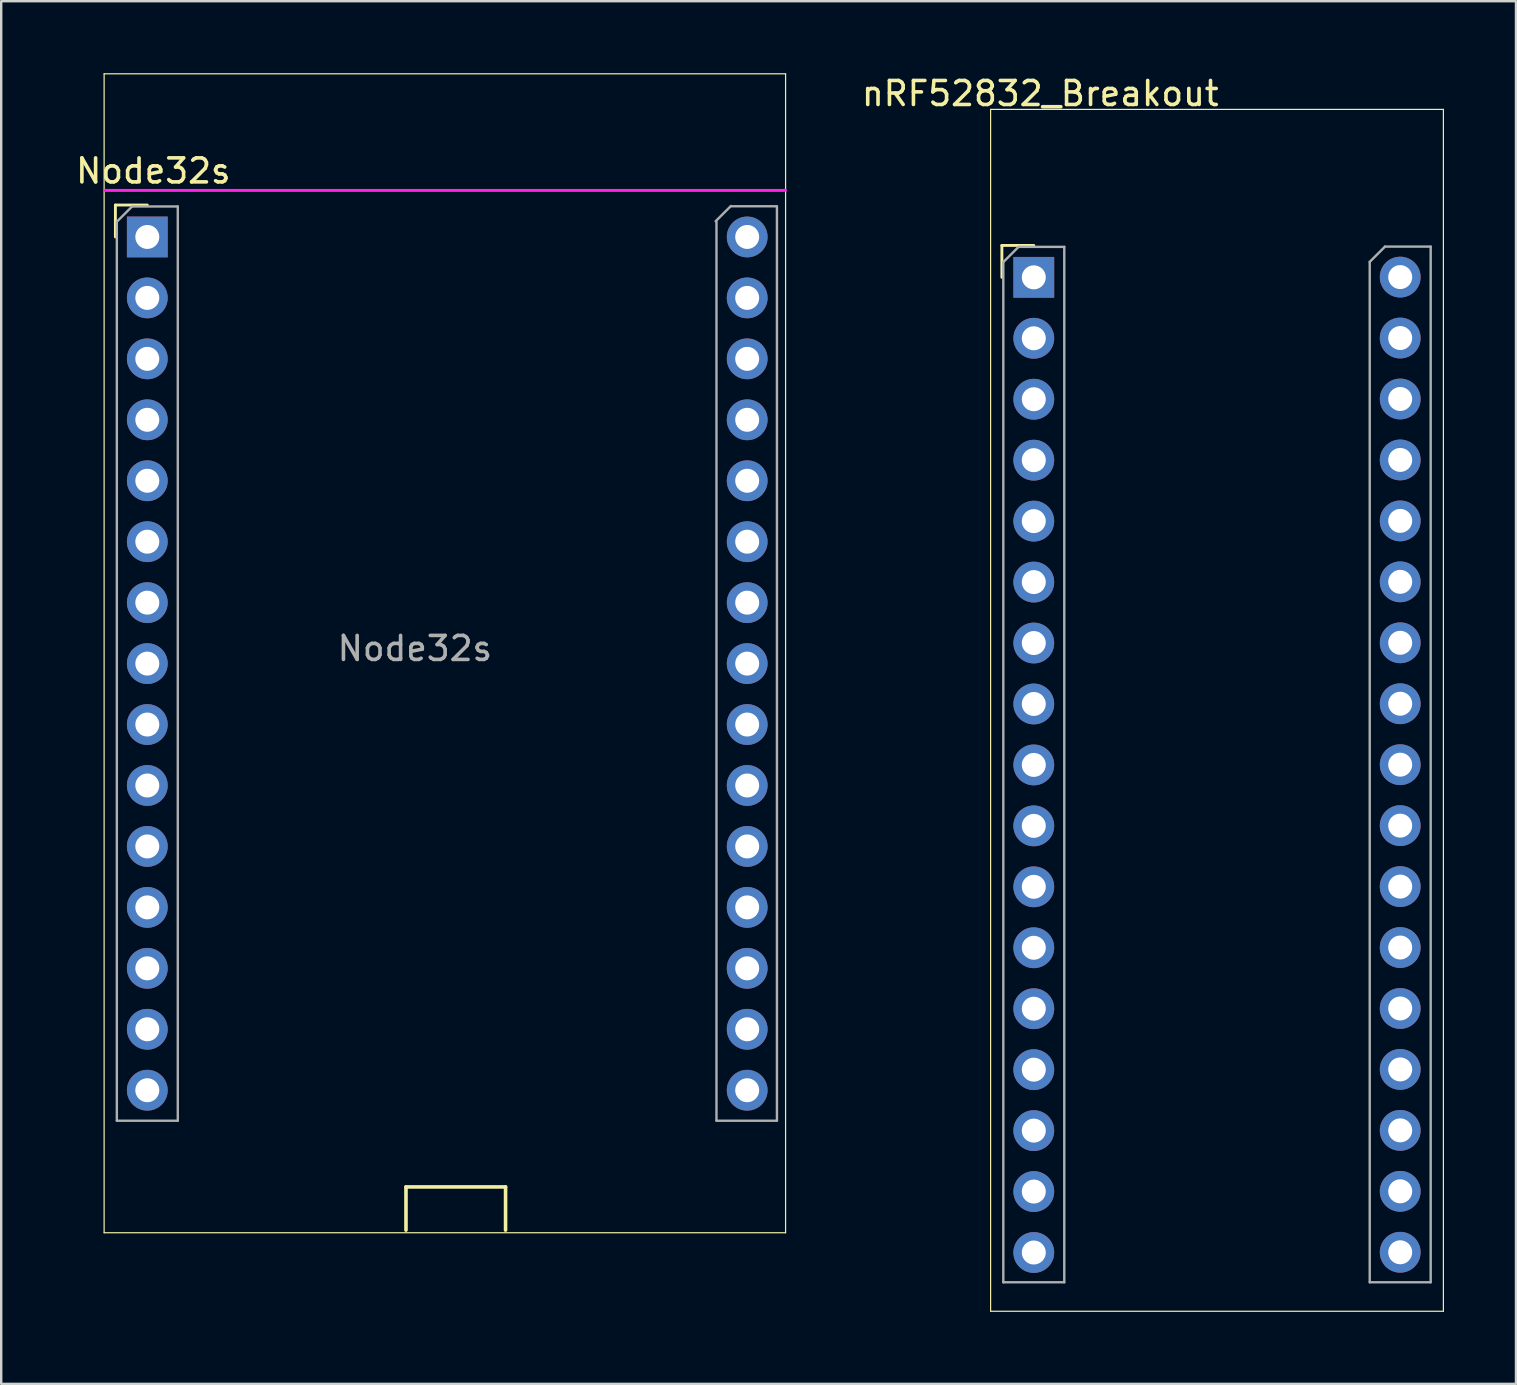
<source format=kicad_pcb>
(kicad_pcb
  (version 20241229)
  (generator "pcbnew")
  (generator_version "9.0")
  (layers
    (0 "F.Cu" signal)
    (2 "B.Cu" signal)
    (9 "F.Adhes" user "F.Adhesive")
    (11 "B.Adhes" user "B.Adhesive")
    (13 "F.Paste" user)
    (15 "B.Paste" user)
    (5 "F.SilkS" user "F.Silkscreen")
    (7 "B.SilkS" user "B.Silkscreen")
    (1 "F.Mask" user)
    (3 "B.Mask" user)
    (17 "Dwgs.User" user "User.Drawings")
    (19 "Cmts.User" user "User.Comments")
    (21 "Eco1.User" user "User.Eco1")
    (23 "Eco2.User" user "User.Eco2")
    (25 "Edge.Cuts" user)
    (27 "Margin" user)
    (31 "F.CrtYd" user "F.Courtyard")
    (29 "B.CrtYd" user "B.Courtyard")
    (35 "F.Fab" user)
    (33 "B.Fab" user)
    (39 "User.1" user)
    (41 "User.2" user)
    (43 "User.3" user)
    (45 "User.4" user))
  (footprint "nRF52832_Breakout"
    (layer "F.Cu")
    (at 40.033 8.508)
    (property "Reference" "nRF52832_Breakout" (at 0.27 -7.66 0) (layer "F.SilkS") (effects (font (size 1 1) (thickness 0.15))))
    (attr through_hole)
    (fp_line (start -1.8 -7) (end -1.8 43.09) (stroke (width 0.05) (type solid)) (layer "F.SilkS"))
    (fp_line (start -1.8 43.09) (end 17.07 43.09) (stroke (width 0.05) (type solid)) (layer "F.SilkS"))
    (fp_line (start -1.33 -1.33) (end 0 -1.33) (stroke (width 0.12) (type solid)) (layer "F.SilkS"))
    (fp_line (start -1.33 0) (end -1.33 -1.33) (stroke (width 0.12) (type solid)) (layer "F.SilkS"))
    (fp_line (start 17.07 -7) (end -1.8 -7) (stroke (width 0.05) (type solid)) (layer "F.SilkS"))
    (fp_line (start 17.07 43.09) (end 17.07 -7) (stroke (width 0.05) (type solid)) (layer "F.SilkS"))
    (fp_line (start -1.27 -0.635) (end -0.635 -1.27) (stroke (width 0.1) (type solid)) (layer "F.Fab"))
    (fp_line (start -1.27 41.88) (end -1.27 -0.635) (stroke (width 0.1) (type solid)) (layer "F.Fab"))
    (fp_line (start -0.635 -1.27) (end 1.27 -1.27) (stroke (width 0.1) (type solid)) (layer "F.Fab"))
    (fp_line (start 1.27 -1.27) (end 1.27 41.88) (stroke (width 0.1) (type solid)) (layer "F.Fab"))
    (fp_line (start 1.27 41.88) (end -1.27 41.88) (stroke (width 0.1) (type solid)) (layer "F.Fab"))
    (fp_line (start 14 -0.645) (end 14.635 -1.28) (stroke (width 0.1) (type solid)) (layer "F.Fab"))
    (fp_line (start 14 41.88) (end 14 -0.645) (stroke (width 0.1) (type solid)) (layer "F.Fab"))
    (fp_line (start 14.635 -1.28) (end 16.54 -1.28) (stroke (width 0.1) (type solid)) (layer "F.Fab"))
    (fp_line (start 16.54 -1.28) (end 16.54 41.88) (stroke (width 0.1) (type solid)) (layer "F.Fab"))
    (fp_line (start 16.54 41.88) (end 14 41.88) (stroke (width 0.1) (type solid)) (layer "F.Fab"))
    (pad "1" thru_hole rect (at 0 0) (size 1.7 1.7) (drill 1) (layers "*.Cu" "*.Mask"))
    (pad "2" thru_hole oval (at 0 2.54) (size 1.7 1.7) (drill 1) (layers "*.Cu" "*.Mask"))
    (pad "3" thru_hole oval (at 0 5.08) (size 1.7 1.7) (drill 1) (layers "*.Cu" "*.Mask"))
    (pad "4" thru_hole oval (at 0 7.62) (size 1.7 1.7) (drill 1) (layers "*.Cu" "*.Mask"))
    (pad "5" thru_hole oval (at 0 10.16) (size 1.7 1.7) (drill 1) (layers "*.Cu" "*.Mask"))
    (pad "6" thru_hole oval (at 0 12.7) (size 1.7 1.7) (drill 1) (layers "*.Cu" "*.Mask"))
    (pad "7" thru_hole oval (at 0 15.24) (size 1.7 1.7) (drill 1) (layers "*.Cu" "*.Mask"))
    (pad "8" thru_hole oval (at 0 17.78) (size 1.7 1.7) (drill 1) (layers "*.Cu" "*.Mask"))
    (pad "9" thru_hole oval (at 0 20.32) (size 1.7 1.7) (drill 1) (layers "*.Cu" "*.Mask"))
    (pad "10" thru_hole oval (at 0 22.86) (size 1.7 1.7) (drill 1) (layers "*.Cu" "*.Mask"))
    (pad "11" thru_hole oval (at 0 25.4) (size 1.7 1.7) (drill 1) (layers "*.Cu" "*.Mask"))
    (pad "12" thru_hole oval (at 0 27.94) (size 1.7 1.7) (drill 1) (layers "*.Cu" "*.Mask"))
    (pad "13" thru_hole oval (at 0 30.48) (size 1.7 1.7) (drill 1) (layers "*.Cu" "*.Mask"))
    (pad "14" thru_hole oval (at 0 33.02) (size 1.7 1.7) (drill 1) (layers "*.Cu" "*.Mask"))
    (pad "15" thru_hole oval (at 0 35.56) (size 1.7 1.7) (drill 1) (layers "*.Cu" "*.Mask"))
    (pad "16" thru_hole oval (at 0 38.1) (size 1.7 1.7) (drill 1) (layers "*.Cu" "*.Mask"))
    (pad "17" thru_hole oval (at 0 40.64) (size 1.7 1.7) (drill 1) (layers "*.Cu" "*.Mask"))
    (pad "18" thru_hole oval (at 15.27 40.63) (size 1.7 1.7) (drill 1) (layers "*.Cu" "*.Mask"))
    (pad "19" thru_hole oval (at 15.27 38.09) (size 1.7 1.7) (drill 1) (layers "*.Cu" "*.Mask"))
    (pad "20" thru_hole oval (at 15.27 35.55) (size 1.7 1.7) (drill 1) (layers "*.Cu" "*.Mask"))
    (pad "21" thru_hole oval (at 15.27 33.01) (size 1.7 1.7) (drill 1) (layers "*.Cu" "*.Mask"))
    (pad "22" thru_hole oval (at 15.27 30.47) (size 1.7 1.7) (drill 1) (layers "*.Cu" "*.Mask"))
    (pad "23" thru_hole oval (at 15.27 27.93) (size 1.7 1.7) (drill 1) (layers "*.Cu" "*.Mask"))
    (pad "24" thru_hole oval (at 15.27 25.39) (size 1.7 1.7) (drill 1) (layers "*.Cu" "*.Mask"))
    (pad "25" thru_hole oval (at 15.27 22.85) (size 1.7 1.7) (drill 1) (layers "*.Cu" "*.Mask"))
    (pad "26" thru_hole oval (at 15.27 20.31) (size 1.7 1.7) (drill 1) (layers "*.Cu" "*.Mask"))
    (pad "27" thru_hole oval (at 15.27 17.77) (size 1.7 1.7) (drill 1) (layers "*.Cu" "*.Mask"))
    (pad "28" thru_hole oval (at 15.27 15.23) (size 1.7 1.7) (drill 1) (layers "*.Cu" "*.Mask"))
    (pad "29" thru_hole oval (at 15.27 12.69) (size 1.7 1.7) (drill 1) (layers "*.Cu" "*.Mask"))
    (pad "30" thru_hole oval (at 15.27 10.15) (size 1.7 1.7) (drill 1) (layers "*.Cu" "*.Mask"))
    (pad "31" thru_hole oval (at 15.27 7.61) (size 1.7 1.7) (drill 1) (layers "*.Cu" "*.Mask"))
    (pad "32" thru_hole oval (at 15.27 5.07) (size 1.7 1.7) (drill 1) (layers "*.Cu" "*.Mask"))
    (pad "33" thru_hole oval (at 15.27 2.53) (size 1.7 1.7) (drill 1) (layers "*.Cu" "*.Mask"))
    (pad "34" thru_hole oval (at 15.27 -0.01) (size 1.7 1.7) (drill 1) (layers "*.Cu" "*.Mask")))
  (footprint "Node32s"
    (layer "F.Cu")
    (at 3.089 6.825)
    (property "Reference" "Node32s" (at 0.25 -2.75 0) (layer "F.SilkS") (effects (font (size 1 1) (thickness 0.15))))
    (attr through_hole)
    (fp_line (start -1.8 -6.8) (end -1.8 41.5) (stroke (width 0.05) (type solid)) (layer "F.SilkS"))
    (fp_line (start -1.8 -6.8) (end 26.6 -6.8) (stroke (width 0.05) (type solid)) (layer "F.SilkS"))
    (fp_line (start -1.8 41.5) (end 26.6 41.5) (stroke (width 0.05) (type solid)) (layer "F.SilkS"))
    (fp_line (start -1.33 -1.33) (end 0 -1.33) (stroke (width 0.12) (type solid)) (layer "F.SilkS"))
    (fp_line (start -1.33 0) (end -1.33 -1.33) (stroke (width 0.12) (type solid)) (layer "F.SilkS"))
    (fp_line (start 10.78 39.59) (end 10.78 41.39) (stroke (width 0.15) (type solid)) (layer "F.SilkS"))
    (fp_line (start 14.93 39.59) (end 10.78 39.59) (stroke (width 0.15) (type solid)) (layer "F.SilkS"))
    (fp_line (start 14.93 41.39) (end 14.93 39.59) (stroke (width 0.15) (type solid)) (layer "F.SilkS"))
    (fp_line (start 26.6 41.5) (end 26.6 -6.8) (stroke (width 0.05) (type solid)) (layer "F.SilkS"))
    (fp_line (start -1.76 -1.94) (end 26.6 -1.94) (stroke (width 0.12) (type solid)) (layer "F.CrtYd"))
    (fp_line (start -1.27 -0.635) (end -0.635 -1.27) (stroke (width 0.1) (type solid)) (layer "F.Fab"))
    (fp_line (start -1.27 36.83) (end -1.27 -0.635) (stroke (width 0.1) (type solid)) (layer "F.Fab"))
    (fp_line (start -0.635 -1.27) (end 1.27 -1.27) (stroke (width 0.1) (type solid)) (layer "F.Fab"))
    (fp_line (start 1.27 -1.27) (end 1.27 36.83) (stroke (width 0.1) (type solid)) (layer "F.Fab"))
    (fp_line (start 1.27 36.83) (end -1.27 36.83) (stroke (width 0.1) (type solid)) (layer "F.Fab"))
    (fp_line (start 23.685 -0.655) (end 24.32 -1.29) (stroke (width 0.1) (type solid)) (layer "F.Fab"))
    (fp_line (start 23.72 36.83) (end 23.72 -0.635) (stroke (width 0.1) (type solid)) (layer "F.Fab"))
    (fp_line (start 23.72 36.83) (end 26.24 36.83) (stroke (width 0.1) (type solid)) (layer "F.Fab"))
    (fp_line (start 24.33 -1.28) (end 26.235 -1.28) (stroke (width 0.1) (type solid)) (layer "F.Fab"))
    (fp_line (start 26.24 -1.27) (end 26.24 36.83) (stroke (width 0.1) (type solid)) (layer "F.Fab"))
    (fp_text user "${REFERENCE}" (at 11.15 17.15 180) (layer "F.Fab") (effects (font (size 1 1) (thickness 0.15))))
    (pad "1" thru_hole rect (at 0 0) (size 1.7 1.7) (drill 1) (layers "*.Cu" "*.Mask"))
    (pad "2" thru_hole oval (at 0 2.54) (size 1.7 1.7) (drill 1) (layers "*.Cu" "*.Mask"))
    (pad "3" thru_hole oval (at 0 5.08) (size 1.7 1.7) (drill 1) (layers "*.Cu" "*.Mask"))
    (pad "4" thru_hole oval (at 0 7.62) (size 1.7 1.7) (drill 1) (layers "*.Cu" "*.Mask"))
    (pad "5" thru_hole oval (at 0 10.16) (size 1.7 1.7) (drill 1) (layers "*.Cu" "*.Mask"))
    (pad "6" thru_hole oval (at 0 12.7) (size 1.7 1.7) (drill 1) (layers "*.Cu" "*.Mask"))
    (pad "7" thru_hole oval (at 0 15.24) (size 1.7 1.7) (drill 1) (layers "*.Cu" "*.Mask"))
    (pad "8" thru_hole oval (at 0 17.78) (size 1.7 1.7) (drill 1) (layers "*.Cu" "*.Mask"))
    (pad "9" thru_hole oval (at 0 20.32) (size 1.7 1.7) (drill 1) (layers "*.Cu" "*.Mask"))
    (pad "10" thru_hole oval (at 0 22.86) (size 1.7 1.7) (drill 1) (layers "*.Cu" "*.Mask"))
    (pad "11" thru_hole oval (at 0 25.4) (size 1.7 1.7) (drill 1) (layers "*.Cu" "*.Mask"))
    (pad "12" thru_hole oval (at 0 27.94) (size 1.7 1.7) (drill 1) (layers "*.Cu" "*.Mask"))
    (pad "13" thru_hole oval (at 0 30.48) (size 1.7 1.7) (drill 1) (layers "*.Cu" "*.Mask"))
    (pad "14" thru_hole oval (at 0 33.02) (size 1.7 1.7) (drill 1) (layers "*.Cu" "*.Mask"))
    (pad "15" thru_hole oval (at 0 35.56) (size 1.7 1.7) (drill 1) (layers "*.Cu" "*.Mask"))
    (pad "16" thru_hole oval (at 25 35.56) (size 1.7 1.7) (drill 1) (layers "*.Cu" "*.Mask"))
    (pad "17" thru_hole oval (at 25 33.02) (size 1.7 1.7) (drill 1) (layers "*.Cu" "*.Mask"))
    (pad "18" thru_hole oval (at 25 30.48) (size 1.7 1.7) (drill 1) (layers "*.Cu" "*.Mask"))
    (pad "19" thru_hole oval (at 25 27.94) (size 1.7 1.7) (drill 1) (layers "*.Cu" "*.Mask"))
    (pad "20" thru_hole oval (at 25 25.4) (size 1.7 1.7) (drill 1) (layers "*.Cu" "*.Mask"))
    (pad "21" thru_hole oval (at 25 22.86) (size 1.7 1.7) (drill 1) (layers "*.Cu" "*.Mask"))
    (pad "22" thru_hole oval (at 25 20.32) (size 1.7 1.7) (drill 1) (layers "*.Cu" "*.Mask"))
    (pad "23" thru_hole oval (at 25 17.78) (size 1.7 1.7) (drill 1) (layers "*.Cu" "*.Mask"))
    (pad "24" thru_hole oval (at 25 15.24) (size 1.7 1.7) (drill 1) (layers "*.Cu" "*.Mask"))
    (pad "25" thru_hole oval (at 25 12.7) (size 1.7 1.7) (drill 1) (layers "*.Cu" "*.Mask"))
    (pad "26" thru_hole oval (at 25 10.16) (size 1.7 1.7) (drill 1) (layers "*.Cu" "*.Mask"))
    (pad "27" thru_hole oval (at 25 7.62) (size 1.7 1.7) (drill 1) (layers "*.Cu" "*.Mask"))
    (pad "28" thru_hole oval (at 25 5.08) (size 1.7 1.7) (drill 1) (layers "*.Cu" "*.Mask"))
    (pad "29" thru_hole oval (at 25 2.54) (size 1.7 1.7) (drill 1) (layers "*.Cu" "*.Mask"))
    (pad "30" thru_hole oval (at 25 0) (size 1.7 1.7) (drill 1) (layers "*.Cu" "*.Mask")))
  (gr_rect
    (start -3 -3)
    (end 60.128 54.623)
    (stroke (width 0.1) (type default))
    (fill no)
    (layer "Edge.Cuts")))
</source>
